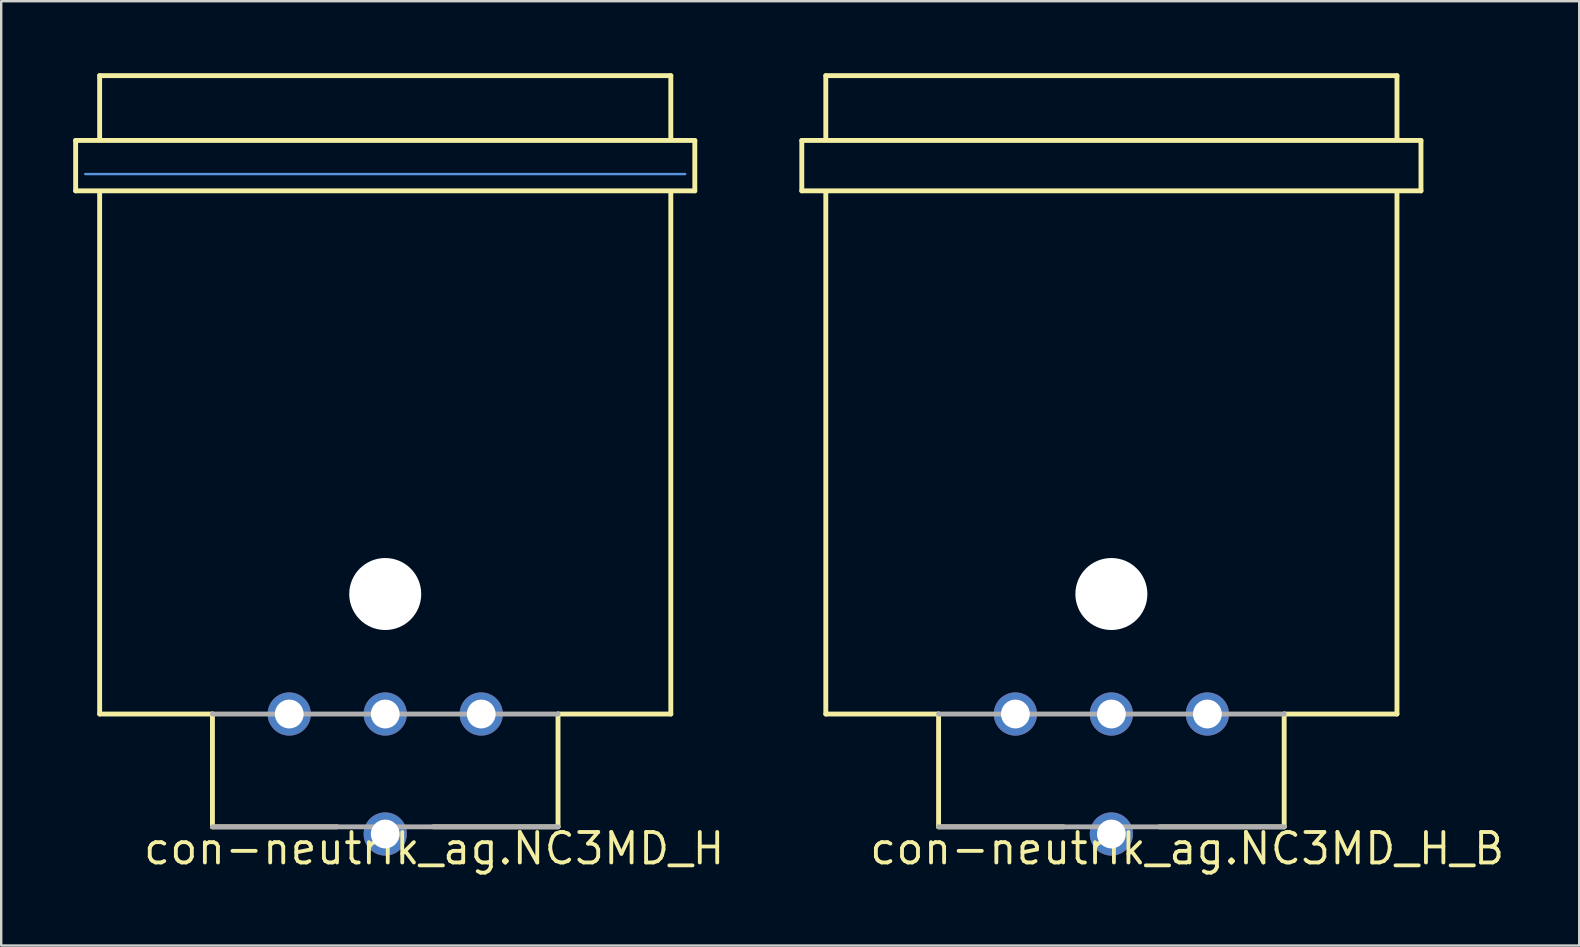
<source format=kicad_pcb>
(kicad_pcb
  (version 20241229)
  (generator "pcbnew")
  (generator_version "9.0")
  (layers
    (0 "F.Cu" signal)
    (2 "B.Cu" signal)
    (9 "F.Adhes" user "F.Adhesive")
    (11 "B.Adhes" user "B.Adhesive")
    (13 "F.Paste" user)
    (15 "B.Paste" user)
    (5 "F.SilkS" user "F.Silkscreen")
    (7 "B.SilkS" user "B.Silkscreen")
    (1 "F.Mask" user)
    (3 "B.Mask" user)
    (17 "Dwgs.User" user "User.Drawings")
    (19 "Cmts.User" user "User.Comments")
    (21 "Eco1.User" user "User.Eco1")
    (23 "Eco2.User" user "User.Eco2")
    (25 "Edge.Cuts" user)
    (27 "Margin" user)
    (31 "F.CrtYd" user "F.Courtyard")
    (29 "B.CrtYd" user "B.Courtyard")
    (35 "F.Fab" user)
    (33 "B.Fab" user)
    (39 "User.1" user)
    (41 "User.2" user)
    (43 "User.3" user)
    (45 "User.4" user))
  (footprint "con-neutrik_ag.NC3MD_H"
    (layer "F.Cu")
    (at 13.002 26.702)
    (property "Reference" "con-neutrik_ag.NC3MD_H" (at -10.16 6.35 0) (layer "F.SilkS") (effects (font (size 1.27 1.27) (thickness 0.16)) (justify left bottom)))
    (attr through_hole)
    (fp_line (start -12.9 -23.9) (end 12.9 -23.9) (stroke (width 0.203) (type default)) (layer "F.SilkS"))
    (fp_line (start -12.9 -21.8) (end -12.9 -23.9) (stroke (width 0.203) (type default)) (layer "F.SilkS"))
    (fp_line (start -11.9 -26.6) (end 11.9 -26.6) (stroke (width 0.203) (type default)) (layer "F.SilkS"))
    (fp_line (start -11.9 -24) (end -11.9 -26.6) (stroke (width 0.203) (type default)) (layer "F.SilkS"))
    (fp_line (start -11.9 0) (end -11.9 -21.7) (stroke (width 0.203) (type default)) (layer "F.SilkS"))
    (fp_line (start -7.2 0) (end -11.9 0) (stroke (width 0.203) (type default)) (layer "F.SilkS"))
    (fp_line (start -7.2 4.7) (end -7.2 0) (stroke (width 0.203) (type default)) (layer "F.SilkS"))
    (fp_line (start -2 4.7) (end -7.2 4.7) (stroke (width 0.203) (type default)) (layer "F.SilkS"))
    (fp_line (start 7.2 4.7) (end 2 4.7) (stroke (width 0.203) (type default)) (layer "F.SilkS"))
    (fp_line (start 7.2 4.7) (end 7.2 0) (stroke (width 0.203) (type default)) (layer "F.SilkS"))
    (fp_line (start 11.9 -26.6) (end 11.9 -24) (stroke (width 0.203) (type default)) (layer "F.SilkS"))
    (fp_line (start 11.9 -21.7) (end 11.9 0) (stroke (width 0.203) (type default)) (layer "F.SilkS"))
    (fp_line (start 11.9 0) (end 7.2 0) (stroke (width 0.203) (type default)) (layer "F.SilkS"))
    (fp_line (start 12.9 -23.9) (end 12.9 -21.8) (stroke (width 0.203) (type default)) (layer "F.SilkS"))
    (fp_line (start 12.9 -21.8) (end -12.9 -21.8) (stroke (width 0.203) (type default)) (layer "F.SilkS"))
    (fp_line (start -12.5 -22.5) (end 12.5 -22.5) (stroke (width 0.1) (type default)) (layer "Cmts.User"))
    (fp_line (start 7.2 0) (end -7.2 0) (stroke (width 0.203) (type default)) (layer "F.Fab"))
    (fp_line (start 7.2 4.7) (end -7.2 4.7) (stroke (width 0.203) (type default)) (layer "F.Fab"))
    (pad "" np_thru_hole circle (at 0 -5) (size 3 3) (drill 3) (layers "*.Cu" "*.Mask"))
    (pad "1" thru_hole circle (at 4 0) (size 1.8 1.8) (drill 1.2) (layers "*.Cu" "*.Mask"))
    (pad "2" thru_hole circle (at -4 0) (size 1.8 1.8) (drill 1.2) (layers "*.Cu" "*.Mask"))
    (pad "3" thru_hole circle (at 0 0) (size 1.8 1.8) (drill 1.2) (layers "*.Cu" "*.Mask"))
    (pad "G" thru_hole circle (at 0 5) (size 1.8 1.8) (drill 1.2) (layers "*.Cu" "*.Mask")))
  (footprint "con-neutrik_ag.NC3MD_H_B"
    (layer "F.Cu")
    (at 43.26 26.702)
    (property "Reference" "con-neutrik_ag.NC3MD_H_B" (at -10.16 6.35 0) (layer "F.SilkS") (effects (font (size 1.27 1.27) (thickness 0.16)) (justify left bottom)))
    (attr through_hole)
    (fp_line (start -12.9 -23.9) (end 12.9 -23.9) (stroke (width 0.203) (type default)) (layer "F.SilkS"))
    (fp_line (start -12.9 -21.8) (end -12.9 -23.9) (stroke (width 0.203) (type default)) (layer "F.SilkS"))
    (fp_line (start -11.9 -26.6) (end 11.9 -26.6) (stroke (width 0.203) (type default)) (layer "F.SilkS"))
    (fp_line (start -11.9 -24) (end -11.9 -26.6) (stroke (width 0.203) (type default)) (layer "F.SilkS"))
    (fp_line (start -11.9 0) (end -11.9 -21.7) (stroke (width 0.203) (type default)) (layer "F.SilkS"))
    (fp_line (start -7.2 0) (end -11.9 0) (stroke (width 0.203) (type default)) (layer "F.SilkS"))
    (fp_line (start -7.2 4.7) (end -7.2 0) (stroke (width 0.203) (type default)) (layer "F.SilkS"))
    (fp_line (start -2 4.7) (end -7.2 4.7) (stroke (width 0.203) (type default)) (layer "F.SilkS"))
    (fp_line (start 7.2 4.7) (end 2 4.7) (stroke (width 0.203) (type default)) (layer "F.SilkS"))
    (fp_line (start 7.2 4.7) (end 7.2 0) (stroke (width 0.203) (type default)) (layer "F.SilkS"))
    (fp_line (start 11.9 -26.6) (end 11.9 -24) (stroke (width 0.203) (type default)) (layer "F.SilkS"))
    (fp_line (start 11.9 -21.7) (end 11.9 0) (stroke (width 0.203) (type default)) (layer "F.SilkS"))
    (fp_line (start 11.9 0) (end 7.2 0) (stroke (width 0.203) (type default)) (layer "F.SilkS"))
    (fp_line (start 12.9 -23.9) (end 12.9 -21.8) (stroke (width 0.203) (type default)) (layer "F.SilkS"))
    (fp_line (start 12.9 -21.8) (end -12.9 -21.8) (stroke (width 0.203) (type default)) (layer "F.SilkS"))
    (fp_line (start 7.2 0) (end -7.2 0) (stroke (width 0.203) (type default)) (layer "F.Fab"))
    (fp_line (start 7.2 4.7) (end -7.2 4.7) (stroke (width 0.203) (type default)) (layer "F.Fab"))
    (pad "" np_thru_hole circle (at 0 -5) (size 3 3) (drill 3) (layers "*.Cu" "*.Mask"))
    (pad "1" thru_hole circle (at 4 0) (size 1.8 1.8) (drill 1.2) (layers "*.Cu" "*.Mask"))
    (pad "2" thru_hole circle (at -4 0) (size 1.8 1.8) (drill 1.2) (layers "*.Cu" "*.Mask"))
    (pad "3" thru_hole circle (at 0 0) (size 1.8 1.8) (drill 1.2) (layers "*.Cu" "*.Mask"))
    (pad "G" thru_hole circle (at 0 5) (size 1.8 1.8) (drill 1.2) (layers "*.Cu" "*.Mask")))
  (gr_rect
    (start -3 -3)
    (end 62.754 36.349)
    (stroke (width 0.1) (type default))
    (fill no)
    (layer "Edge.Cuts")))
</source>
